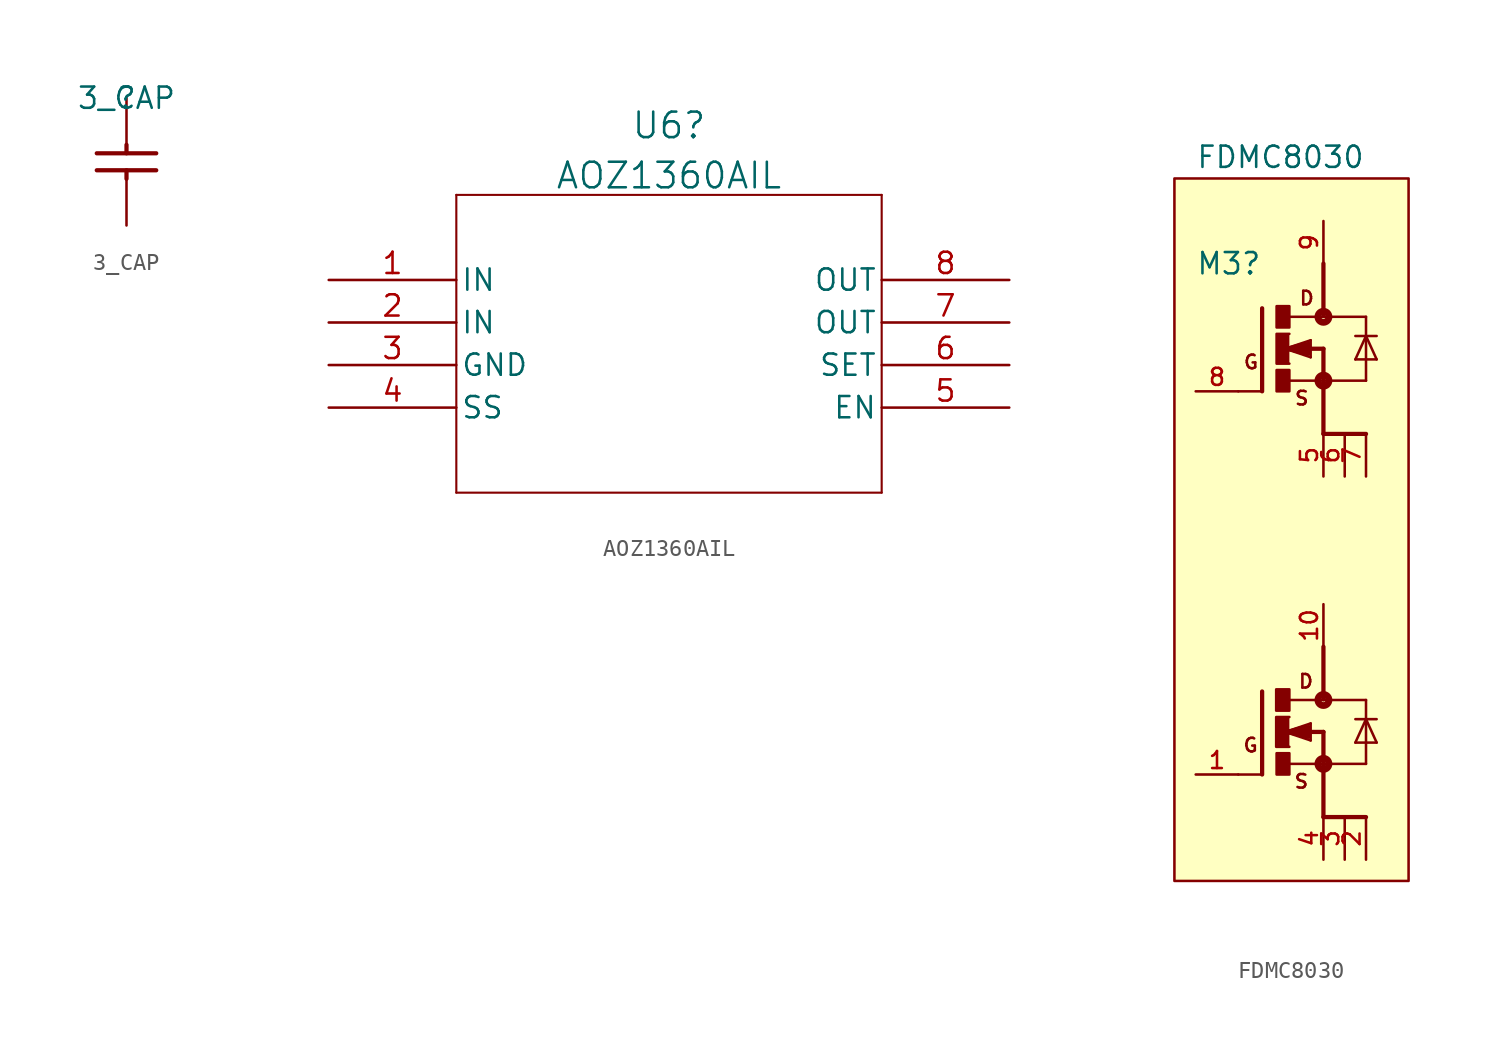
<source format=kicad_sym>
(kicad_symbol_lib
  (version 20231120)
  (generator "kicad_symbol_editor")
  (generator_version "8.0")
  (symbol "3_CAP"
    (property "Reference" ""
      (at 0 0 0)
      (effects (font (size 1.27 1.27))))
    (property "Value" "3_CAP"
      (at 0 0 0)
      (effects (font (size 1.27 1.27))))
    (symbol "3_CAP_1_0"
      (polyline (pts (xy -1.778 -4.318) (xy 1.778 -4.318)) (stroke (width 0.254) (type default)) (fill (type none)))
      (polyline (pts (xy -1.778 -3.302) (xy 1.778 -3.302)) (stroke (width 0.254) (type default)) (fill (type none)))
      (polyline (pts (xy 0 -4.318) (xy 0 -4.826)) (stroke (width 0.254) (type default)) (fill (type none)))
      (polyline (pts (xy 0 -3.302) (xy 0 -2.794)) (stroke (width 0.254) (type default)) (fill (type none)))
      (pin passive line (at 0 0 270) (length 3.302) (name "1" (effects (font (size 0 0)))) (number "1" (effects (font (size 0 0)))))
      (pin passive line (at 0 -7.62 90) (length 3.302) (name "2" (effects (font (size 0 0)))) (number "2" (effects (font (size 0 0)))))))
  (symbol "AOZ1360AIL"
    (pin_names
      (offset 0.254))
    (property "Reference" "U6"
      (at 20.32 9.228 0)
      (effects (font (size 1.524 1.524))))
    (property "Value" "AOZ1360AIL"
      (at 20.32 6.234 0)
      (effects (font (size 1.524 1.524))))
    (property "ki_locked" ""
      (at 0 0 0)
      (effects (font (size 1.27 1.27))))
    (symbol "AOZ1360AIL_0_1"
      (polyline (pts (xy 7.62 -12.7) (xy 33.02 -12.7)) (stroke (width 0.127) (type default)) (fill (type none)))
      (polyline (pts (xy 7.62 5.08) (xy 7.62 -12.7)) (stroke (width 0.127) (type default)) (fill (type none)))
      (polyline (pts (xy 33.02 -12.7) (xy 33.02 5.08)) (stroke (width 0.127) (type default)) (fill (type none)))
      (polyline (pts (xy 33.02 5.08) (xy 7.62 5.08)) (stroke (width 0.127) (type default)) (fill (type none)))
      (pin input line (at 0 0 0) (length 7.62) (name "IN" (effects (font (size 1.27 1.27)))) (number "1" (effects (font (size 1.27 1.27)))))
      (pin input line (at 0 -2.54 0) (length 7.62) (name "IN" (effects (font (size 1.27 1.27)))) (number "2" (effects (font (size 1.27 1.27)))))
      (pin unspecified line (at 0 -7.62 0) (length 7.62) (name "SS" (effects (font (size 1.27 1.27)))) (number "4" (effects (font (size 1.27 1.27)))))
      (pin unspecified line (at 40.64 -7.62 180) (length 7.62) (name "EN" (effects (font (size 1.27 1.27)))) (number "5" (effects (font (size 1.27 1.27)))))
      (pin unspecified line (at 40.64 -5.08 180) (length 7.62) (name "SET" (effects (font (size 1.27 1.27)))) (number "6" (effects (font (size 1.27 1.27))))))
    (symbol "AOZ1360AIL_1_1"
      (pin bidirectional line (at 0 -5.08 0) (length 7.62) (name "GND" (effects (font (size 1.27 1.27)))) (number "3" (effects (font (size 1.27 1.27)))))
      (pin bidirectional line (at 40.64 -2.54 180) (length 7.62) (name "OUT" (effects (font (size 1.27 1.27)))) (number "7" (effects (font (size 1.27 1.27)))))
      (pin bidirectional line (at 40.64 0 180) (length 7.62) (name "OUT" (effects (font (size 1.27 1.27)))) (number "8" (effects (font (size 1.27 1.27)))))))
  (symbol "FDMC8030"
    (pin_names
      (offset 1.016) hide)
    (property "Reference" "M3"
      (at 0 5.08 0)
      (effects (font (size 1.27 1.27)) (justify left)))
    (property "Value" "FDMC8030"
      (at 0 11.43 0)
      (effects (font (size 1.27 1.27)) (justify left)))
    (property "ki_locked" ""
      (at 0 0 0)
      (effects (font (size 1.27 1.27))))
    (symbol "FDMC8030_0_0"
      (polyline (pts (xy 3.962 -25.4) (xy 2.54 -25.4)) (stroke (width 0.152) (type default)) (fill (type none)))
      (polyline (pts (xy 3.962 -20.447) (xy 3.962 -25.4)) (stroke (width 0.254) (type default)) (fill (type none)))
      (polyline (pts (xy 3.962 -2.54) (xy 2.54 -2.54)) (stroke (width 0.152) (type default)) (fill (type none)))
      (polyline (pts (xy 3.962 2.413) (xy 3.962 -2.54)) (stroke (width 0.254) (type default)) (fill (type none)))
      (polyline (pts (xy 5.334 -22.86) (xy 6.858 -23.368)) (stroke (width 0.152) (type default)) (fill (type none)))
      (polyline (pts (xy 5.334 0) (xy 6.858 -0.508)) (stroke (width 0.152) (type default)) (fill (type none)))
      (polyline (pts (xy 5.588 -24.765) (xy 7.62 -24.765)) (stroke (width 0.152) (type default)) (fill (type none)))
      (polyline (pts (xy 5.588 -22.86) (xy 5.334 -22.86)) (stroke (width 0.254) (type default)) (fill (type none)))
      (polyline (pts (xy 5.588 -22.86) (xy 6.731 -23.114)) (stroke (width 0.305) (type default)) (fill (type none)))
      (polyline (pts (xy 5.588 -1.905) (xy 7.62 -1.905)) (stroke (width 0.152) (type default)) (fill (type none)))
      (polyline (pts (xy 5.588 0) (xy 5.334 0)) (stroke (width 0.254) (type default)) (fill (type none)))
      (polyline (pts (xy 5.588 0) (xy 6.731 -0.254)) (stroke (width 0.305) (type default)) (fill (type none)))
      (polyline (pts (xy 5.715 -22.86) (xy 5.588 -22.86)) (stroke (width 0.254) (type default)) (fill (type none)))
      (polyline (pts (xy 5.715 0) (xy 5.588 0)) (stroke (width 0.254) (type default)) (fill (type none)))
      (polyline (pts (xy 6.477 -22.606) (xy 5.588 -22.86)) (stroke (width 0.305) (type default)) (fill (type none)))
      (polyline (pts (xy 6.477 0.254) (xy 5.588 0)) (stroke (width 0.305) (type default)) (fill (type none)))
      (polyline (pts (xy 6.731 -23.114) (xy 6.731 -22.606)) (stroke (width 0.305) (type default)) (fill (type none)))
      (polyline (pts (xy 6.731 -22.606) (xy 5.334 -22.86)) (stroke (width 0.152) (type default)) (fill (type none)))
      (polyline (pts (xy 6.731 -22.606) (xy 5.715 -22.86)) (stroke (width 0.305) (type default)) (fill (type none)))
      (polyline (pts (xy 6.731 -0.254) (xy 6.731 0.254)) (stroke (width 0.305) (type default)) (fill (type none)))
      (polyline (pts (xy 6.731 0.254) (xy 5.334 0)) (stroke (width 0.152) (type default)) (fill (type none)))
      (polyline (pts (xy 6.731 0.254) (xy 5.715 0)) (stroke (width 0.305) (type default)) (fill (type none)))
      (polyline (pts (xy 6.858 -23.368) (xy 6.858 -22.86)) (stroke (width 0.152) (type default)) (fill (type none)))
      (polyline (pts (xy 6.858 -22.86) (xy 5.715 -22.86)) (stroke (width 0.254) (type default)) (fill (type none)))
      (polyline (pts (xy 6.858 -22.86) (xy 6.858 -22.352)) (stroke (width 0.152) (type default)) (fill (type none)))
      (polyline (pts (xy 6.858 -22.86) (xy 7.62 -22.86)) (stroke (width 0.254) (type default)) (fill (type none)))
      (polyline (pts (xy 6.858 -22.352) (xy 5.334 -22.86)) (stroke (width 0.152) (type default)) (fill (type none)))
      (polyline (pts (xy 6.858 -0.508) (xy 6.858 0)) (stroke (width 0.152) (type default)) (fill (type none)))
      (polyline (pts (xy 6.858 0) (xy 5.715 0)) (stroke (width 0.254) (type default)) (fill (type none)))
      (polyline (pts (xy 6.858 0) (xy 6.858 0.508)) (stroke (width 0.152) (type default)) (fill (type none)))
      (polyline (pts (xy 6.858 0) (xy 7.62 0)) (stroke (width 0.254) (type default)) (fill (type none)))
      (polyline (pts (xy 6.858 0.508) (xy 5.334 0)) (stroke (width 0.152) (type default)) (fill (type none)))
      (polyline (pts (xy 7.62 -27.94) (xy 7.62 -24.892)) (stroke (width 0.254) (type default)) (fill (type none)))
      (polyline (pts (xy 7.62 -24.765) (xy 7.62 -24.892)) (stroke (width 0.152) (type default)) (fill (type none)))
      (polyline (pts (xy 7.62 -22.86) (xy 7.62 -24.638)) (stroke (width 0.254) (type default)) (fill (type none)))
      (polyline (pts (xy 7.62 -20.955) (xy 5.613 -20.955)) (stroke (width 0.152) (type default)) (fill (type none)))
      (polyline (pts (xy 7.62 -20.955) (xy 10.16 -20.955)) (stroke (width 0.152) (type default)) (fill (type none)))
      (polyline (pts (xy 7.62 -20.828) (xy 7.62 -20.955)) (stroke (width 0.152) (type default)) (fill (type none)))
      (polyline (pts (xy 7.62 -17.78) (xy 7.62 -20.828)) (stroke (width 0.254) (type default)) (fill (type none)))
      (polyline (pts (xy 7.62 -5.08) (xy 7.62 -2.032)) (stroke (width 0.254) (type default)) (fill (type none)))
      (polyline (pts (xy 7.62 -5.08) (xy 10.16 -5.08)) (stroke (width 0.254) (type default)) (fill (type none)))
      (polyline (pts (xy 7.62 -1.905) (xy 7.62 -2.032)) (stroke (width 0.152) (type default)) (fill (type none)))
      (polyline (pts (xy 7.62 0) (xy 7.62 -1.778)) (stroke (width 0.254) (type default)) (fill (type none)))
      (polyline (pts (xy 7.62 1.905) (xy 5.613 1.905)) (stroke (width 0.152) (type default)) (fill (type none)))
      (polyline (pts (xy 7.62 1.905) (xy 10.16 1.905)) (stroke (width 0.152) (type default)) (fill (type none)))
      (polyline (pts (xy 7.62 2.032) (xy 7.62 1.905)) (stroke (width 0.152) (type default)) (fill (type none)))
      (polyline (pts (xy 7.62 5.08) (xy 7.62 2.032)) (stroke (width 0.254) (type default)) (fill (type none)))
      (polyline (pts (xy 9.525 -23.495) (xy 10.795 -23.495)) (stroke (width 0.152) (type default)) (fill (type none)))
      (polyline (pts (xy 9.525 -22.098) (xy 10.16 -22.098)) (stroke (width 0.152) (type default)) (fill (type none)))
      (polyline (pts (xy 9.525 -0.635) (xy 10.795 -0.635)) (stroke (width 0.152) (type default)) (fill (type none)))
      (polyline (pts (xy 9.525 0.762) (xy 10.16 0.762)) (stroke (width 0.152) (type default)) (fill (type none)))
      (polyline (pts (xy 10.16 -27.94) (xy 7.62 -27.94)) (stroke (width 0.254) (type default)) (fill (type none)))
      (polyline (pts (xy 10.16 -24.765) (xy 7.62 -24.765)) (stroke (width 0.152) (type default)) (fill (type none)))
      (polyline (pts (xy 10.16 -22.098) (xy 9.525 -23.495)) (stroke (width 0.152) (type default)) (fill (type none)))
      (polyline (pts (xy 10.16 -22.098) (xy 10.16 -24.765)) (stroke (width 0.152) (type default)) (fill (type none)))
      (polyline (pts (xy 10.16 -22.098) (xy 10.795 -22.098)) (stroke (width 0.152) (type default)) (fill (type none)))
      (polyline (pts (xy 10.16 -20.955) (xy 10.16 -22.098)) (stroke (width 0.152) (type default)) (fill (type none)))
      (polyline (pts (xy 10.16 -1.905) (xy 7.62 -1.905)) (stroke (width 0.152) (type default)) (fill (type none)))
      (polyline (pts (xy 10.16 0.762) (xy 9.525 -0.635)) (stroke (width 0.152) (type default)) (fill (type none)))
      (polyline (pts (xy 10.16 0.762) (xy 10.16 -1.905)) (stroke (width 0.152) (type default)) (fill (type none)))
      (polyline (pts (xy 10.16 0.762) (xy 10.795 0.762)) (stroke (width 0.152) (type default)) (fill (type none)))
      (polyline (pts (xy 10.16 1.905) (xy 10.16 0.762)) (stroke (width 0.152) (type default)) (fill (type none)))
      (polyline (pts (xy 10.795 -23.495) (xy 10.16 -22.098)) (stroke (width 0.152) (type default)) (fill (type none)))
      (polyline (pts (xy 10.795 -0.635) (xy 10.16 0.762)) (stroke (width 0.152) (type default)) (fill (type none)))
      (polyline (pts (xy 5.588 -23.749) (xy 4.801 -23.749) (xy 4.801 -21.971) (xy 5.588 -21.971)) (stroke (width 0) (type default)) (fill (type outline)))
      (polyline (pts (xy 5.588 -0.889) (xy 4.826 -0.889) (xy 4.826 0.889) (xy 5.588 0.889)) (stroke (width 0) (type default)) (fill (type outline)))
      (rectangle (start 4.801 -21.59) (end 5.588 -20.32) (stroke (width 0) (type default)) (fill (type outline)))
      (rectangle (start 4.826 -25.4) (end 5.588 -24.13) (stroke (width 0) (type default)) (fill (type outline)))
      (rectangle (start 4.826 -2.54) (end 5.588 -1.27) (stroke (width 0) (type default)) (fill (type outline)))
      (rectangle (start 4.826 1.27) (end 5.588 2.54) (stroke (width 0) (type default)) (fill (type outline)))
      (circle (center 7.62 -24.765) (radius 0.127) (stroke (width 0.406) (type default)) (fill (type none)))
      (circle (center 7.62 -20.955) (radius 0.127) (stroke (width 0.406) (type default)) (fill (type none)))
      (circle (center 7.62 -1.905) (radius 0.127) (stroke (width 0.406) (type default)) (fill (type none)))
      (circle (center 7.62 1.905) (radius 0.127) (stroke (width 0.406) (type default)) (fill (type none)))
      (text "D" (at 6.071 -20.32 0) (effects (font (size 0.813 0.813)) (justify left bottom)))
      (text "D" (at 6.121 2.54 0) (effects (font (size 0.813 0.813)) (justify left bottom)))
      (text "G" (at 2.769 -24.13 0) (effects (font (size 0.813 0.813)) (justify left bottom)))
      (text "G" (at 2.794 -1.27 0) (effects (font (size 0.813 0.813)) (justify left bottom)))
      (text "S" (at 5.817 -26.289 0) (effects (font (size 0.813 0.813)) (justify left bottom)))
      (text "S" (at 5.842 -3.429 0) (effects (font (size 0.813 0.813)) (justify left bottom)))
      (pin passive line (at 0 -25.4 0) (length 2.54) (name "G1" (effects (font (size 1.016 1.016)))) (number "1" (effects (font (size 1.016 1.016)))))
      (pin passive line (at 7.62 -15.24 270) (length 2.54) (name "D1" (effects (font (size 1.016 1.016)))) (number "10" (effects (font (size 1.016 1.016)))))
      (pin passive line (at 10.16 -30.48 90) (length 2.54) (name "S1" (effects (font (size 1.016 1.016)))) (number "2" (effects (font (size 1.016 1.016)))))
      (pin passive line (at 8.89 -30.48 90) (length 2.54) (name "S1" (effects (font (size 1.016 1.016)))) (number "3" (effects (font (size 1.016 1.016)))))
      (pin passive line (at 7.62 -30.48 90) (length 2.54) (name "S1" (effects (font (size 1.016 1.016)))) (number "4" (effects (font (size 1.016 1.016)))))
      (pin passive line (at 7.62 -7.62 90) (length 2.54) (name "S2" (effects (font (size 1.016 1.016)))) (number "5" (effects (font (size 1.016 1.016)))))
      (pin passive line (at 8.89 -7.62 90) (length 2.54) (name "S2" (effects (font (size 1.016 1.016)))) (number "6" (effects (font (size 1.016 1.016)))))
      (pin passive line (at 10.16 -7.62 90) (length 2.54) (name "S2" (effects (font (size 1.016 1.016)))) (number "7" (effects (font (size 1.016 1.016)))))
      (pin passive line (at 0 -2.54 0) (length 2.54) (name "G2" (effects (font (size 1.016 1.016)))) (number "8" (effects (font (size 1.016 1.016)))))
      (pin passive line (at 7.62 7.62 270) (length 2.54) (name "D2" (effects (font (size 1.016 1.016)))) (number "9" (effects (font (size 1.016 1.016))))))
    (symbol "FDMC8030_0_1"
      (polyline (pts (xy -1.27 10.16) (xy -1.27 -31.75) (xy 12.7 -31.75) (xy 12.7 10.16) (xy -1.27 10.16)) (stroke (width 0) (type default)) (fill (type background))))))
</source>
